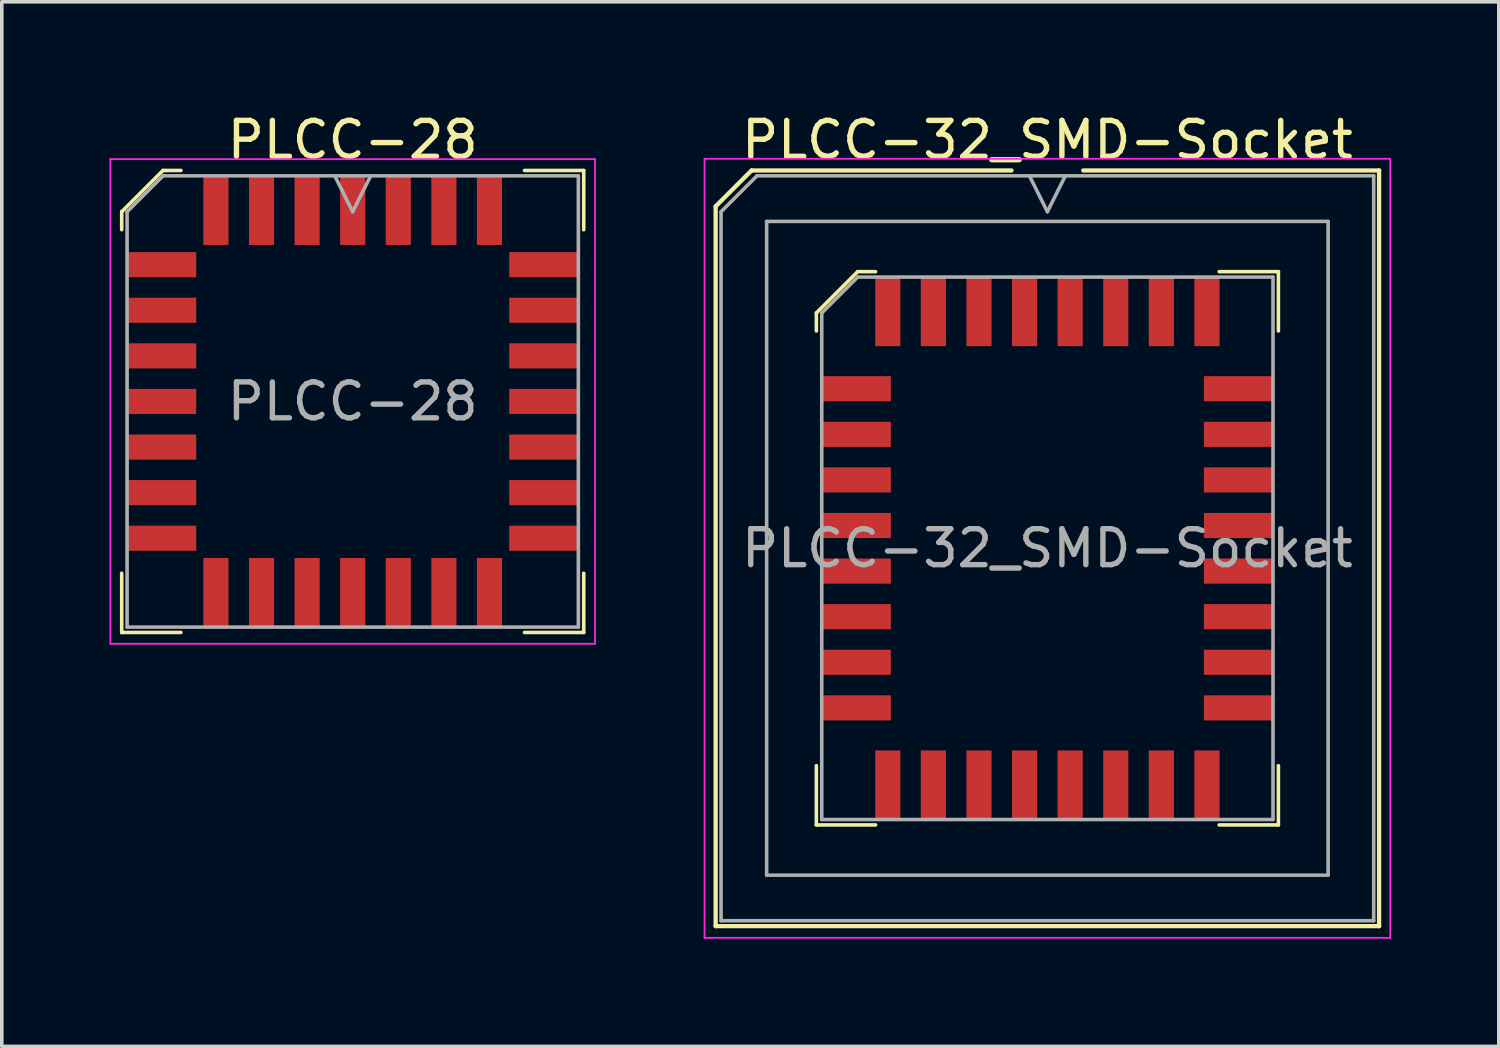
<source format=kicad_pcb>
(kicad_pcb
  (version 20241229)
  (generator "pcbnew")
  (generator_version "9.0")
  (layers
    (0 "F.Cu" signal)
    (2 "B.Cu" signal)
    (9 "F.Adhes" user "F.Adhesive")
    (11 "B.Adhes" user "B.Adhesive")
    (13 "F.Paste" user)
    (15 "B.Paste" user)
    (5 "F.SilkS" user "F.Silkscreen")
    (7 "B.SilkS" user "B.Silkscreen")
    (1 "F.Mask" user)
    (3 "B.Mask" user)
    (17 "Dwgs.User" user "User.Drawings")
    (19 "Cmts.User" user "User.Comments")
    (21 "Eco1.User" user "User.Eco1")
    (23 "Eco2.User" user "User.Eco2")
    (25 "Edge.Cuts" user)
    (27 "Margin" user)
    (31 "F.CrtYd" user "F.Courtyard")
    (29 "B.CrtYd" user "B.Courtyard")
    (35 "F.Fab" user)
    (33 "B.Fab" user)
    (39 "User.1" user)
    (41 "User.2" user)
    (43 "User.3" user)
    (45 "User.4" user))
  (footprint "PLCC-32_SMD-Socket"
    (layer "F.Cu")
    (at 26.125 12.223)
    (property "Reference" "PLCC-32_SMD-Socket" (at 0 -11.375 0) (layer "F.SilkS") (effects (font (size 1 1) (thickness 0.15))))
    (attr smd)
    (fp_line (start -9.24 -9.525) (end -9.24 10.525) (stroke (width 0.12) (type solid)) (layer "F.SilkS"))
    (fp_line (start -9.24 10.525) (end 9.24 10.525) (stroke (width 0.12) (type solid)) (layer "F.SilkS"))
    (fp_line (start -8.24 -10.525) (end -9.24 -9.525) (stroke (width 0.12) (type solid)) (layer "F.SilkS"))
    (fp_line (start -6.435 -6.555) (end -6.435 -6.055) (stroke (width 0.1) (type solid)) (layer "F.SilkS"))
    (fp_line (start -6.435 7.705) (end -6.435 6.055) (stroke (width 0.1) (type solid)) (layer "F.SilkS"))
    (fp_line (start -5.285 -7.705) (end -6.435 -6.555) (stroke (width 0.1) (type solid)) (layer "F.SilkS"))
    (fp_line (start -4.785 -7.705) (end -5.285 -7.705) (stroke (width 0.1) (type solid)) (layer "F.SilkS"))
    (fp_line (start -4.785 7.705) (end -6.435 7.705) (stroke (width 0.1) (type solid)) (layer "F.SilkS"))
    (fp_line (start -1 -10.525) (end -8.24 -10.525) (stroke (width 0.12) (type solid)) (layer "F.SilkS"))
    (fp_line (start 4.785 -7.705) (end 6.435 -7.705) (stroke (width 0.1) (type solid)) (layer "F.SilkS"))
    (fp_line (start 4.785 7.705) (end 6.435 7.705) (stroke (width 0.1) (type solid)) (layer "F.SilkS"))
    (fp_line (start 6.435 -7.705) (end 6.435 -6.055) (stroke (width 0.1) (type solid)) (layer "F.SilkS"))
    (fp_line (start 6.435 7.705) (end 6.435 6.055) (stroke (width 0.1) (type solid)) (layer "F.SilkS"))
    (fp_line (start 9.24 -10.525) (end 1 -10.525) (stroke (width 0.12) (type solid)) (layer "F.SilkS"))
    (fp_line (start 9.24 10.525) (end 9.24 -10.525) (stroke (width 0.12) (type solid)) (layer "F.SilkS"))
    (fp_line (start -9.55 -10.85) (end -9.55 10.85) (stroke (width 0.05) (type solid)) (layer "F.CrtYd"))
    (fp_line (start -9.55 10.85) (end 9.55 10.85) (stroke (width 0.05) (type solid)) (layer "F.CrtYd"))
    (fp_line (start 9.55 -10.85) (end -9.55 -10.85) (stroke (width 0.05) (type solid)) (layer "F.CrtYd"))
    (fp_line (start 9.55 10.85) (end 9.55 -10.85) (stroke (width 0.05) (type solid)) (layer "F.CrtYd"))
    (fp_line (start -9.09 -9.375) (end -9.09 10.375) (stroke (width 0.1) (type solid)) (layer "F.Fab"))
    (fp_line (start -9.09 10.375) (end 9.09 10.375) (stroke (width 0.1) (type solid)) (layer "F.Fab"))
    (fp_line (start -8.09 -10.375) (end -9.09 -9.375) (stroke (width 0.1) (type solid)) (layer "F.Fab"))
    (fp_line (start -7.82 -9.105) (end -7.82 9.105) (stroke (width 0.1) (type solid)) (layer "F.Fab"))
    (fp_line (start -7.82 9.105) (end 7.82 9.105) (stroke (width 0.1) (type solid)) (layer "F.Fab"))
    (fp_line (start -6.285 -6.555) (end -6.285 7.555) (stroke (width 0.1) (type solid)) (layer "F.Fab"))
    (fp_line (start -6.285 7.555) (end 6.285 7.555) (stroke (width 0.1) (type solid)) (layer "F.Fab"))
    (fp_line (start -5.285 -7.555) (end -6.285 -6.555) (stroke (width 0.1) (type solid)) (layer "F.Fab"))
    (fp_line (start -0.5 -10.375) (end 0 -9.375) (stroke (width 0.1) (type solid)) (layer "F.Fab"))
    (fp_line (start 0 -9.375) (end 0.5 -10.375) (stroke (width 0.1) (type solid)) (layer "F.Fab"))
    (fp_line (start 6.285 -7.555) (end -5.285 -7.555) (stroke (width 0.1) (type solid)) (layer "F.Fab"))
    (fp_line (start 6.285 7.555) (end 6.285 -7.555) (stroke (width 0.1) (type solid)) (layer "F.Fab"))
    (fp_line (start 7.82 -9.105) (end -7.82 -9.105) (stroke (width 0.1) (type solid)) (layer "F.Fab"))
    (fp_line (start 7.82 9.105) (end 7.82 -9.105) (stroke (width 0.1) (type solid)) (layer "F.Fab"))
    (fp_line (start 9.09 -10.375) (end -8.09 -10.375) (stroke (width 0.1) (type solid)) (layer "F.Fab"))
    (fp_line (start 9.09 10.375) (end 9.09 -10.375) (stroke (width 0.1) (type solid)) (layer "F.Fab"))
    (fp_text user "${REFERENCE}" (at 0 0 0) (layer "F.Fab") (effects (font (size 1 1) (thickness 0.15))))
    (pad "1" smd rect (at -0.635 -6.593) (size 0.7 1.925) (layers "F.Cu" "F.Mask" "F.Paste"))
    (pad "2" smd rect (at -1.905 -6.593) (size 0.7 1.925) (layers "F.Cu" "F.Mask" "F.Paste"))
    (pad "3" smd rect (at -3.175 -6.593) (size 0.7 1.925) (layers "F.Cu" "F.Mask" "F.Paste"))
    (pad "4" smd rect (at -4.445 -6.593) (size 0.7 1.925) (layers "F.Cu" "F.Mask" "F.Paste"))
    (pad "5" smd rect (at -5.322 -4.445) (size 1.925 0.7) (layers "F.Cu" "F.Mask" "F.Paste"))
    (pad "6" smd rect (at -5.322 -3.175) (size 1.925 0.7) (layers "F.Cu" "F.Mask" "F.Paste"))
    (pad "7" smd rect (at -5.322 -1.905) (size 1.925 0.7) (layers "F.Cu" "F.Mask" "F.Paste"))
    (pad "8" smd rect (at -5.322 -0.635) (size 1.925 0.7) (layers "F.Cu" "F.Mask" "F.Paste"))
    (pad "9" smd rect (at -5.322 0.635) (size 1.925 0.7) (layers "F.Cu" "F.Mask" "F.Paste"))
    (pad "10" smd rect (at -5.322 1.905) (size 1.925 0.7) (layers "F.Cu" "F.Mask" "F.Paste"))
    (pad "11" smd rect (at -5.322 3.175) (size 1.925 0.7) (layers "F.Cu" "F.Mask" "F.Paste"))
    (pad "12" smd rect (at -5.322 4.445) (size 1.925 0.7) (layers "F.Cu" "F.Mask" "F.Paste"))
    (pad "13" smd rect (at -4.445 6.593) (size 0.7 1.925) (layers "F.Cu" "F.Mask" "F.Paste"))
    (pad "14" smd rect (at -3.175 6.593) (size 0.7 1.925) (layers "F.Cu" "F.Mask" "F.Paste"))
    (pad "15" smd rect (at -1.905 6.593) (size 0.7 1.925) (layers "F.Cu" "F.Mask" "F.Paste"))
    (pad "16" smd rect (at -0.635 6.593) (size 0.7 1.925) (layers "F.Cu" "F.Mask" "F.Paste"))
    (pad "17" smd rect (at 0.635 6.593) (size 0.7 1.925) (layers "F.Cu" "F.Mask" "F.Paste"))
    (pad "18" smd rect (at 1.905 6.593) (size 0.7 1.925) (layers "F.Cu" "F.Mask" "F.Paste"))
    (pad "19" smd rect (at 3.175 6.593) (size 0.7 1.925) (layers "F.Cu" "F.Mask" "F.Paste"))
    (pad "20" smd rect (at 4.445 6.593) (size 0.7 1.925) (layers "F.Cu" "F.Mask" "F.Paste"))
    (pad "21" smd rect (at 5.322 4.445) (size 1.925 0.7) (layers "F.Cu" "F.Mask" "F.Paste"))
    (pad "22" smd rect (at 5.322 3.175) (size 1.925 0.7) (layers "F.Cu" "F.Mask" "F.Paste"))
    (pad "23" smd rect (at 5.322 1.905) (size 1.925 0.7) (layers "F.Cu" "F.Mask" "F.Paste"))
    (pad "24" smd rect (at 5.322 0.635) (size 1.925 0.7) (layers "F.Cu" "F.Mask" "F.Paste"))
    (pad "25" smd rect (at 5.322 -0.635) (size 1.925 0.7) (layers "F.Cu" "F.Mask" "F.Paste"))
    (pad "26" smd rect (at 5.322 -1.905) (size 1.925 0.7) (layers "F.Cu" "F.Mask" "F.Paste"))
    (pad "27" smd rect (at 5.322 -3.175) (size 1.925 0.7) (layers "F.Cu" "F.Mask" "F.Paste"))
    (pad "28" smd rect (at 5.322 -4.445) (size 1.925 0.7) (layers "F.Cu" "F.Mask" "F.Paste"))
    (pad "29" smd rect (at 4.445 -6.593) (size 0.7 1.925) (layers "F.Cu" "F.Mask" "F.Paste"))
    (pad "30" smd rect (at 3.175 -6.593) (size 0.7 1.925) (layers "F.Cu" "F.Mask" "F.Paste"))
    (pad "31" smd rect (at 1.905 -6.593) (size 0.7 1.925) (layers "F.Cu" "F.Mask" "F.Paste"))
    (pad "32" smd rect (at 0.635 -6.593) (size 0.7 1.925) (layers "F.Cu" "F.Mask" "F.Paste")))
  (footprint "PLCC-28"
    (layer "F.Cu")
    (at 6.775 8.133)
    (property "Reference" "PLCC-28" (at 0 -7.285 0) (layer "F.SilkS") (effects (font (size 1 1) (thickness 0.15))))
    (attr smd)
    (fp_line (start -6.435 -5.285) (end -6.435 -4.785) (stroke (width 0.1) (type solid)) (layer "F.SilkS"))
    (fp_line (start -6.435 6.435) (end -6.435 4.785) (stroke (width 0.1) (type solid)) (layer "F.SilkS"))
    (fp_line (start -5.285 -6.435) (end -6.435 -5.285) (stroke (width 0.1) (type solid)) (layer "F.SilkS"))
    (fp_line (start -4.785 -6.435) (end -5.285 -6.435) (stroke (width 0.1) (type solid)) (layer "F.SilkS"))
    (fp_line (start -4.785 6.435) (end -6.435 6.435) (stroke (width 0.1) (type solid)) (layer "F.SilkS"))
    (fp_line (start 4.785 -6.435) (end 6.435 -6.435) (stroke (width 0.1) (type solid)) (layer "F.SilkS"))
    (fp_line (start 4.785 6.435) (end 6.435 6.435) (stroke (width 0.1) (type solid)) (layer "F.SilkS"))
    (fp_line (start 6.435 -6.435) (end 6.435 -4.785) (stroke (width 0.1) (type solid)) (layer "F.SilkS"))
    (fp_line (start 6.435 6.435) (end 6.435 4.785) (stroke (width 0.1) (type solid)) (layer "F.SilkS"))
    (fp_line (start -6.75 -6.75) (end -6.75 6.75) (stroke (width 0.05) (type solid)) (layer "F.CrtYd"))
    (fp_line (start -6.75 6.75) (end 6.75 6.75) (stroke (width 0.05) (type solid)) (layer "F.CrtYd"))
    (fp_line (start 6.75 -6.75) (end -6.75 -6.75) (stroke (width 0.05) (type solid)) (layer "F.CrtYd"))
    (fp_line (start 6.75 6.75) (end 6.75 -6.75) (stroke (width 0.05) (type solid)) (layer "F.CrtYd"))
    (fp_line (start -6.285 -5.285) (end -6.285 6.285) (stroke (width 0.1) (type solid)) (layer "F.Fab"))
    (fp_line (start -6.285 6.285) (end 6.285 6.285) (stroke (width 0.1) (type solid)) (layer "F.Fab"))
    (fp_line (start -5.285 -6.285) (end -6.285 -5.285) (stroke (width 0.1) (type solid)) (layer "F.Fab"))
    (fp_line (start -0.5 -6.285) (end 0 -5.285) (stroke (width 0.1) (type solid)) (layer "F.Fab"))
    (fp_line (start 0 -5.285) (end 0.5 -6.285) (stroke (width 0.1) (type solid)) (layer "F.Fab"))
    (fp_line (start 6.285 -6.285) (end -5.285 -6.285) (stroke (width 0.1) (type solid)) (layer "F.Fab"))
    (fp_line (start 6.285 6.285) (end 6.285 -6.285) (stroke (width 0.1) (type solid)) (layer "F.Fab"))
    (fp_text user "${REFERENCE}" (at 0 0 0) (layer "F.Fab") (effects (font (size 1 1) (thickness 0.15))))
    (pad "1" smd rect (at 0 -5.322) (size 0.7 1.925) (layers "F.Cu" "F.Mask" "F.Paste"))
    (pad "2" smd rect (at -1.27 -5.322) (size 0.7 1.925) (layers "F.Cu" "F.Mask" "F.Paste"))
    (pad "3" smd rect (at -2.54 -5.322) (size 0.7 1.925) (layers "F.Cu" "F.Mask" "F.Paste"))
    (pad "4" smd rect (at -3.81 -5.322) (size 0.7 1.925) (layers "F.Cu" "F.Mask" "F.Paste"))
    (pad "5" smd rect (at -5.322 -3.81) (size 1.925 0.7) (layers "F.Cu" "F.Mask" "F.Paste"))
    (pad "6" smd rect (at -5.322 -2.54) (size 1.925 0.7) (layers "F.Cu" "F.Mask" "F.Paste"))
    (pad "7" smd rect (at -5.322 -1.27) (size 1.925 0.7) (layers "F.Cu" "F.Mask" "F.Paste"))
    (pad "8" smd rect (at -5.322 0) (size 1.925 0.7) (layers "F.Cu" "F.Mask" "F.Paste"))
    (pad "9" smd rect (at -5.322 1.27) (size 1.925 0.7) (layers "F.Cu" "F.Mask" "F.Paste"))
    (pad "10" smd rect (at -5.322 2.54) (size 1.925 0.7) (layers "F.Cu" "F.Mask" "F.Paste"))
    (pad "11" smd rect (at -5.322 3.81) (size 1.925 0.7) (layers "F.Cu" "F.Mask" "F.Paste"))
    (pad "12" smd rect (at -3.81 5.322) (size 0.7 1.925) (layers "F.Cu" "F.Mask" "F.Paste"))
    (pad "13" smd rect (at -2.54 5.322) (size 0.7 1.925) (layers "F.Cu" "F.Mask" "F.Paste"))
    (pad "14" smd rect (at -1.27 5.322) (size 0.7 1.925) (layers "F.Cu" "F.Mask" "F.Paste"))
    (pad "15" smd rect (at 0 5.322) (size 0.7 1.925) (layers "F.Cu" "F.Mask" "F.Paste"))
    (pad "16" smd rect (at 1.27 5.322) (size 0.7 1.925) (layers "F.Cu" "F.Mask" "F.Paste"))
    (pad "17" smd rect (at 2.54 5.322) (size 0.7 1.925) (layers "F.Cu" "F.Mask" "F.Paste"))
    (pad "18" smd rect (at 3.81 5.322) (size 0.7 1.925) (layers "F.Cu" "F.Mask" "F.Paste"))
    (pad "19" smd rect (at 5.322 3.81) (size 1.925 0.7) (layers "F.Cu" "F.Mask" "F.Paste"))
    (pad "20" smd rect (at 5.322 2.54) (size 1.925 0.7) (layers "F.Cu" "F.Mask" "F.Paste"))
    (pad "21" smd rect (at 5.322 1.27) (size 1.925 0.7) (layers "F.Cu" "F.Mask" "F.Paste"))
    (pad "22" smd rect (at 5.322 0) (size 1.925 0.7) (layers "F.Cu" "F.Mask" "F.Paste"))
    (pad "23" smd rect (at 5.322 -1.27) (size 1.925 0.7) (layers "F.Cu" "F.Mask" "F.Paste"))
    (pad "24" smd rect (at 5.322 -2.54) (size 1.925 0.7) (layers "F.Cu" "F.Mask" "F.Paste"))
    (pad "25" smd rect (at 5.322 -3.81) (size 1.925 0.7) (layers "F.Cu" "F.Mask" "F.Paste"))
    (pad "26" smd rect (at 3.81 -5.322) (size 0.7 1.925) (layers "F.Cu" "F.Mask" "F.Paste"))
    (pad "27" smd rect (at 2.54 -5.322) (size 0.7 1.925) (layers "F.Cu" "F.Mask" "F.Paste"))
    (pad "28" smd rect (at 1.27 -5.322) (size 0.7 1.925) (layers "F.Cu" "F.Mask" "F.Paste")))
  (gr_rect
    (start -3 -3)
    (end 38.7 26.098)
    (stroke (width 0.1) (type default))
    (fill no)
    (layer "Edge.Cuts")))
</source>
